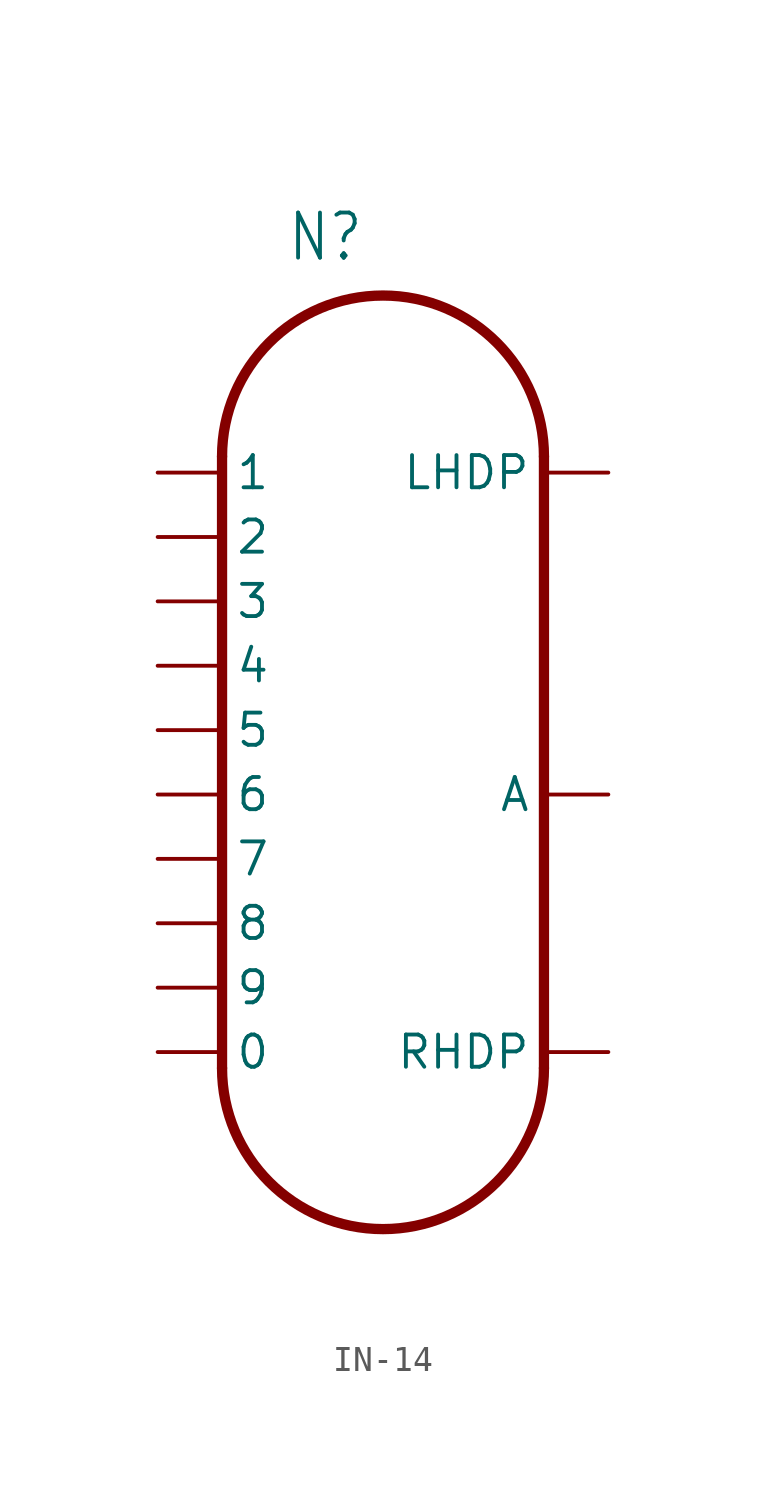
<source format=kicad_sym>
(kicad_symbol_lib
  (version 20231120)
  (generator "kicad_symbol_editor")
  (generator_version "8.0")
  (symbol "IN-14"
    (property "Reference" "N"
      (at -2.54 18.415 0)
      (effects (font (size 1.778 1.511)) (justify left bottom)))
    (property "ki_locked" ""
      (at 0 0 0)
      (effects (font (size 1.27 1.27))))
    (symbol "IN-14_1_0"
      (arc (start -5.08 -13.335) (mid 1.27 -19.685) (end 7.62 -13.335) (stroke (width 0.4064) (type solid)) (fill (type none)))
      (polyline (pts (xy -5.08 -13.335) (xy -5.08 10.795)) (stroke (width 0.406) (type solid)) (fill (type none)))
      (polyline (pts (xy 7.62 -13.335) (xy 7.62 10.795)) (stroke (width 0.406) (type solid)) (fill (type none)))
      (arc (start 7.62 10.795) (mid 1.27 17.145) (end -5.08 10.795) (stroke (width 0.4064) (type solid)) (fill (type none)))
      (pin bidirectional line (at -7.62 -12.7 0) (length 2.54) (name "0" (effects (font (size 1.27 1.27)))) (number "0" (effects (font (size 0 0)))))
      (pin bidirectional line (at -7.62 10.16 0) (length 2.54) (name "1" (effects (font (size 1.27 1.27)))) (number "1" (effects (font (size 0 0)))))
      (pin bidirectional line (at -7.62 7.62 0) (length 2.54) (name "2" (effects (font (size 1.27 1.27)))) (number "2" (effects (font (size 0 0)))))
      (pin bidirectional line (at -7.62 5.08 0) (length 2.54) (name "3" (effects (font (size 1.27 1.27)))) (number "3" (effects (font (size 0 0)))))
      (pin bidirectional line (at -7.62 2.54 0) (length 2.54) (name "4" (effects (font (size 1.27 1.27)))) (number "4" (effects (font (size 0 0)))))
      (pin bidirectional line (at -7.62 0 0) (length 2.54) (name "5" (effects (font (size 1.27 1.27)))) (number "5" (effects (font (size 0 0)))))
      (pin bidirectional line (at -7.62 -2.54 0) (length 2.54) (name "6" (effects (font (size 1.27 1.27)))) (number "6" (effects (font (size 0 0)))))
      (pin bidirectional line (at -7.62 -5.08 0) (length 2.54) (name "7" (effects (font (size 1.27 1.27)))) (number "7" (effects (font (size 0 0)))))
      (pin bidirectional line (at -7.62 -7.62 0) (length 2.54) (name "8" (effects (font (size 1.27 1.27)))) (number "8" (effects (font (size 0 0)))))
      (pin bidirectional line (at -7.62 -10.16 0) (length 2.54) (name "9" (effects (font (size 1.27 1.27)))) (number "9" (effects (font (size 0 0)))))
      (pin bidirectional line (at 10.16 -2.54 180) (length 2.54) (name "A" (effects (font (size 1.27 1.27)))) (number "A" (effects (font (size 0 0)))))
      (pin bidirectional line (at 10.16 10.16 180) (length 2.54) (name "LHDP" (effects (font (size 1.27 1.27)))) (number "LHDP" (effects (font (size 0 0)))))
      (pin bidirectional line (at 10.16 -12.7 180) (length 2.54) (name "RHDP" (effects (font (size 1.27 1.27)))) (number "RHDP" (effects (font (size 0 0))))))))
</source>
